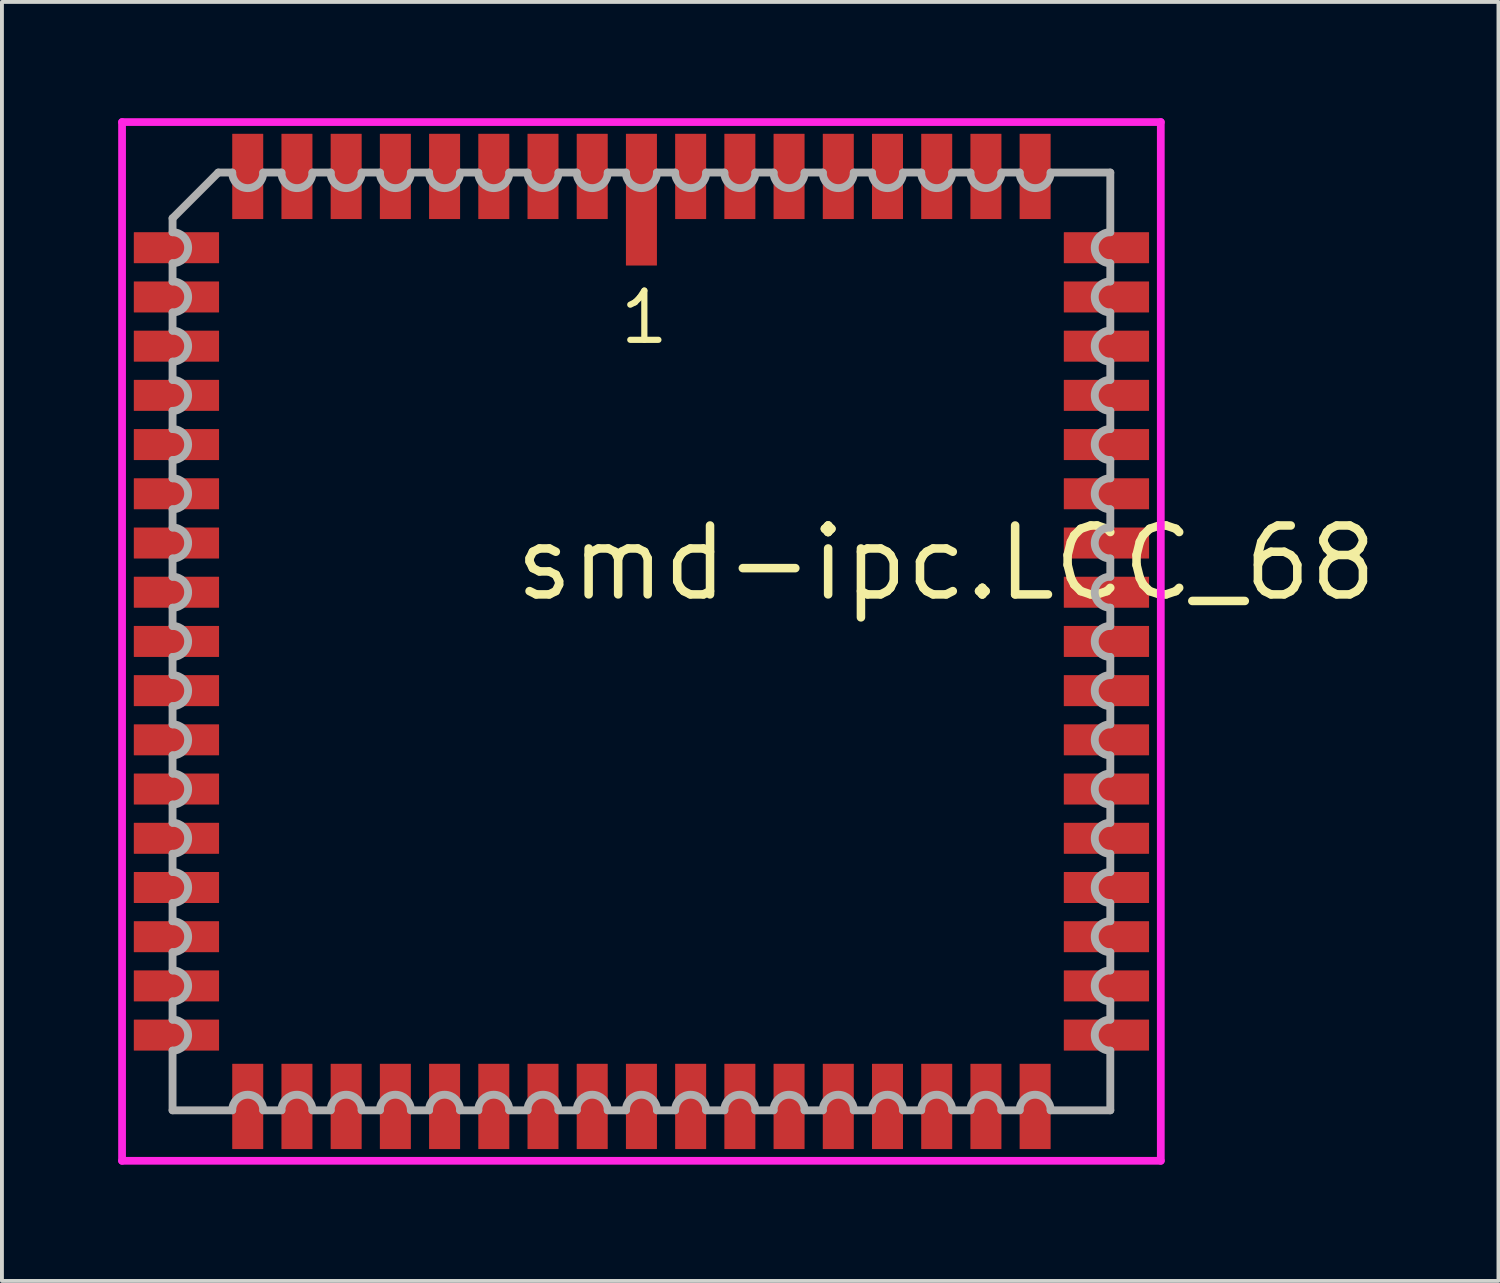
<source format=kicad_pcb>
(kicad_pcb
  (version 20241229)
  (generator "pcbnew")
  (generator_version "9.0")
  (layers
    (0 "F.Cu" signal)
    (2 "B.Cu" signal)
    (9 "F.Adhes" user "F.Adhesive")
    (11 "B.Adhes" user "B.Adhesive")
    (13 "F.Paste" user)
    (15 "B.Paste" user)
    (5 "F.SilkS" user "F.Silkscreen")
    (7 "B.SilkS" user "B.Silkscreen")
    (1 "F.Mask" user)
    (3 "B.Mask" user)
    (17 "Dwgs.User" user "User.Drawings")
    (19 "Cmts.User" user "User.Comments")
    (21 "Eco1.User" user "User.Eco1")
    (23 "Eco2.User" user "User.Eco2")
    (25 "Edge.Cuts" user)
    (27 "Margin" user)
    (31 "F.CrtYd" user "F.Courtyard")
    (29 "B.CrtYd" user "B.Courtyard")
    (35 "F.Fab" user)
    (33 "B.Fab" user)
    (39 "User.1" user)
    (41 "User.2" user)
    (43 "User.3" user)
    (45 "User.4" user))
  (footprint "smd-ipc.LCC_68"
    (layer "F.Cu")
    (at 13.503 13.503)
    (property "Reference" "smd-ipc.LCC_68" (at -3.37 -0.985 0) (layer "F.SilkS") (effects (font (size 1.778 1.778) (thickness 0.22)) (justify left bottom)))
    (attr smd)
    (fp_line (start -13.403 -13.403) (end 13.403 -13.403) (stroke (width 0.2) (type default)) (layer "F.CrtYd"))
    (fp_line (start -13.403 13.403) (end -13.403 -13.403) (stroke (width 0.2) (type default)) (layer "F.CrtYd"))
    (fp_line (start 13.403 -13.403) (end 13.403 13.403) (stroke (width 0.2) (type default)) (layer "F.CrtYd"))
    (fp_line (start 13.403 13.403) (end -13.403 13.403) (stroke (width 0.2) (type default)) (layer "F.CrtYd"))
    (fp_line (start -12.1 -10.92) (end -12.1 -10.56) (stroke (width 0.203) (type default)) (layer "F.Fab"))
    (fp_line (start -12.1 -9.76) (end -12.1 -9.29) (stroke (width 0.203) (type default)) (layer "F.Fab"))
    (fp_line (start -12.1 -8.49) (end -12.1 -8.02) (stroke (width 0.203) (type default)) (layer "F.Fab"))
    (fp_line (start -12.1 -7.22) (end -12.1 -6.75) (stroke (width 0.203) (type default)) (layer "F.Fab"))
    (fp_line (start -12.1 -5.95) (end -12.1 -5.48) (stroke (width 0.203) (type default)) (layer "F.Fab"))
    (fp_line (start -12.1 -4.68) (end -12.1 -4.21) (stroke (width 0.203) (type default)) (layer "F.Fab"))
    (fp_line (start -12.1 -3.41) (end -12.1 -2.94) (stroke (width 0.203) (type default)) (layer "F.Fab"))
    (fp_line (start -12.1 -2.14) (end -12.1 -1.67) (stroke (width 0.203) (type default)) (layer "F.Fab"))
    (fp_line (start -12.1 -0.87) (end -12.1 -0.4) (stroke (width 0.203) (type default)) (layer "F.Fab"))
    (fp_line (start -12.1 0.4) (end -12.1 0.87) (stroke (width 0.203) (type default)) (layer "F.Fab"))
    (fp_line (start -12.1 1.67) (end -12.1 2.14) (stroke (width 0.203) (type default)) (layer "F.Fab"))
    (fp_line (start -12.1 2.94) (end -12.1 3.41) (stroke (width 0.203) (type default)) (layer "F.Fab"))
    (fp_line (start -12.1 4.21) (end -12.1 4.68) (stroke (width 0.203) (type default)) (layer "F.Fab"))
    (fp_line (start -12.1 5.48) (end -12.1 5.95) (stroke (width 0.203) (type default)) (layer "F.Fab"))
    (fp_line (start -12.1 6.75) (end -12.1 7.22) (stroke (width 0.203) (type default)) (layer "F.Fab"))
    (fp_line (start -12.1 8.02) (end -12.1 8.49) (stroke (width 0.203) (type default)) (layer "F.Fab"))
    (fp_line (start -12.1 9.29) (end -12.1 9.76) (stroke (width 0.203) (type default)) (layer "F.Fab"))
    (fp_line (start -12.1 10.56) (end -12.1 12.1) (stroke (width 0.203) (type default)) (layer "F.Fab"))
    (fp_line (start -12.1 12.1) (end -10.56 12.1) (stroke (width 0.203) (type default)) (layer "F.Fab"))
    (fp_line (start -10.92 -12.1) (end -12.1 -10.92) (stroke (width 0.203) (type default)) (layer "F.Fab"))
    (fp_line (start -10.56 -12.1) (end -10.92 -12.1) (stroke (width 0.203) (type default)) (layer "F.Fab"))
    (fp_line (start -9.76 12.1) (end -9.29 12.1) (stroke (width 0.203) (type default)) (layer "F.Fab"))
    (fp_line (start -9.29 -12.1) (end -9.76 -12.1) (stroke (width 0.203) (type default)) (layer "F.Fab"))
    (fp_line (start -8.49 12.1) (end -8.02 12.1) (stroke (width 0.203) (type default)) (layer "F.Fab"))
    (fp_line (start -8.02 -12.1) (end -8.49 -12.1) (stroke (width 0.203) (type default)) (layer "F.Fab"))
    (fp_line (start -7.22 12.1) (end -6.75 12.1) (stroke (width 0.203) (type default)) (layer "F.Fab"))
    (fp_line (start -6.75 -12.1) (end -7.22 -12.1) (stroke (width 0.203) (type default)) (layer "F.Fab"))
    (fp_line (start -5.95 12.1) (end -5.48 12.1) (stroke (width 0.203) (type default)) (layer "F.Fab"))
    (fp_line (start -5.48 -12.1) (end -5.95 -12.1) (stroke (width 0.203) (type default)) (layer "F.Fab"))
    (fp_line (start -4.68 12.1) (end -4.21 12.1) (stroke (width 0.203) (type default)) (layer "F.Fab"))
    (fp_line (start -4.21 -12.1) (end -4.68 -12.1) (stroke (width 0.203) (type default)) (layer "F.Fab"))
    (fp_line (start -3.41 12.1) (end -2.94 12.1) (stroke (width 0.203) (type default)) (layer "F.Fab"))
    (fp_line (start -2.94 -12.1) (end -3.41 -12.1) (stroke (width 0.203) (type default)) (layer "F.Fab"))
    (fp_line (start -2.14 12.1) (end -1.67 12.1) (stroke (width 0.203) (type default)) (layer "F.Fab"))
    (fp_line (start -1.67 -12.1) (end -2.14 -12.1) (stroke (width 0.203) (type default)) (layer "F.Fab"))
    (fp_line (start -0.87 12.1) (end -0.4 12.1) (stroke (width 0.203) (type default)) (layer "F.Fab"))
    (fp_line (start -0.4 -12.1) (end -0.87 -12.1) (stroke (width 0.203) (type default)) (layer "F.Fab"))
    (fp_line (start 0.4 12.1) (end 0.87 12.1) (stroke (width 0.203) (type default)) (layer "F.Fab"))
    (fp_line (start 0.87 -12.1) (end 0.4 -12.1) (stroke (width 0.203) (type default)) (layer "F.Fab"))
    (fp_line (start 1.67 12.1) (end 2.14 12.1) (stroke (width 0.203) (type default)) (layer "F.Fab"))
    (fp_line (start 2.14 -12.1) (end 1.67 -12.1) (stroke (width 0.203) (type default)) (layer "F.Fab"))
    (fp_line (start 2.94 12.1) (end 3.41 12.1) (stroke (width 0.203) (type default)) (layer "F.Fab"))
    (fp_line (start 3.41 -12.1) (end 2.94 -12.1) (stroke (width 0.203) (type default)) (layer "F.Fab"))
    (fp_line (start 4.21 12.1) (end 4.68 12.1) (stroke (width 0.203) (type default)) (layer "F.Fab"))
    (fp_line (start 4.68 -12.1) (end 4.21 -12.1) (stroke (width 0.203) (type default)) (layer "F.Fab"))
    (fp_line (start 5.48 12.1) (end 5.95 12.1) (stroke (width 0.203) (type default)) (layer "F.Fab"))
    (fp_line (start 5.95 -12.1) (end 5.48 -12.1) (stroke (width 0.203) (type default)) (layer "F.Fab"))
    (fp_line (start 6.75 12.1) (end 7.22 12.1) (stroke (width 0.203) (type default)) (layer "F.Fab"))
    (fp_line (start 7.22 -12.1) (end 6.75 -12.1) (stroke (width 0.203) (type default)) (layer "F.Fab"))
    (fp_line (start 8.02 12.1) (end 8.49 12.1) (stroke (width 0.203) (type default)) (layer "F.Fab"))
    (fp_line (start 8.49 -12.1) (end 8.02 -12.1) (stroke (width 0.203) (type default)) (layer "F.Fab"))
    (fp_line (start 9.29 12.1) (end 9.76 12.1) (stroke (width 0.203) (type default)) (layer "F.Fab"))
    (fp_line (start 9.76 -12.1) (end 9.29 -12.1) (stroke (width 0.203) (type default)) (layer "F.Fab"))
    (fp_line (start 10.56 12.1) (end 12.1 12.1) (stroke (width 0.203) (type default)) (layer "F.Fab"))
    (fp_line (start 12.1 -12.1) (end 10.56 -12.1) (stroke (width 0.203) (type default)) (layer "F.Fab"))
    (fp_line (start 12.1 -10.56) (end 12.1 -12.1) (stroke (width 0.203) (type default)) (layer "F.Fab"))
    (fp_line (start 12.1 -9.29) (end 12.1 -9.76) (stroke (width 0.203) (type default)) (layer "F.Fab"))
    (fp_line (start 12.1 -8.02) (end 12.1 -8.49) (stroke (width 0.203) (type default)) (layer "F.Fab"))
    (fp_line (start 12.1 -6.75) (end 12.1 -7.22) (stroke (width 0.203) (type default)) (layer "F.Fab"))
    (fp_line (start 12.1 -5.48) (end 12.1 -5.95) (stroke (width 0.203) (type default)) (layer "F.Fab"))
    (fp_line (start 12.1 -4.21) (end 12.1 -4.68) (stroke (width 0.203) (type default)) (layer "F.Fab"))
    (fp_line (start 12.1 -2.94) (end 12.1 -3.41) (stroke (width 0.203) (type default)) (layer "F.Fab"))
    (fp_line (start 12.1 -1.67) (end 12.1 -2.14) (stroke (width 0.203) (type default)) (layer "F.Fab"))
    (fp_line (start 12.1 -0.4) (end 12.1 -0.87) (stroke (width 0.203) (type default)) (layer "F.Fab"))
    (fp_line (start 12.1 0.87) (end 12.1 0.4) (stroke (width 0.203) (type default)) (layer "F.Fab"))
    (fp_line (start 12.1 2.14) (end 12.1 1.67) (stroke (width 0.203) (type default)) (layer "F.Fab"))
    (fp_line (start 12.1 3.41) (end 12.1 2.94) (stroke (width 0.203) (type default)) (layer "F.Fab"))
    (fp_line (start 12.1 4.68) (end 12.1 4.21) (stroke (width 0.203) (type default)) (layer "F.Fab"))
    (fp_line (start 12.1 5.95) (end 12.1 5.48) (stroke (width 0.203) (type default)) (layer "F.Fab"))
    (fp_line (start 12.1 7.22) (end 12.1 6.75) (stroke (width 0.203) (type default)) (layer "F.Fab"))
    (fp_line (start 12.1 8.49) (end 12.1 8.02) (stroke (width 0.203) (type default)) (layer "F.Fab"))
    (fp_line (start 12.1 9.76) (end 12.1 9.29) (stroke (width 0.203) (type default)) (layer "F.Fab"))
    (fp_line (start 12.1 12.1) (end 12.1 10.56) (stroke (width 0.203) (type default)) (layer "F.Fab"))
    (fp_arc (start -12.0983 -10.56) (mid -11.6983 -10.16) (end -12.0983 -9.76) (stroke (width 0.2032) (type default)) (layer "F.Fab"))
    (fp_arc (start -12.0983 -9.29) (mid -11.6983 -8.89) (end -12.0983 -8.49) (stroke (width 0.2032) (type default)) (layer "F.Fab"))
    (fp_arc (start -12.0983 -8.02) (mid -11.6983 -7.62) (end -12.0983 -7.22) (stroke (width 0.2032) (type default)) (layer "F.Fab"))
    (fp_arc (start -12.0983 -6.75) (mid -11.6983 -6.35) (end -12.0983 -5.95) (stroke (width 0.2032) (type default)) (layer "F.Fab"))
    (fp_arc (start -12.0983 -5.48) (mid -11.6983 -5.08) (end -12.0983 -4.68) (stroke (width 0.2032) (type default)) (layer "F.Fab"))
    (fp_arc (start -12.0983 -4.21) (mid -11.6983 -3.81) (end -12.0983 -3.41) (stroke (width 0.2032) (type default)) (layer "F.Fab"))
    (fp_arc (start -12.0983 -2.94) (mid -11.6983 -2.54) (end -12.0983 -2.14) (stroke (width 0.2032) (type default)) (layer "F.Fab"))
    (fp_arc (start -12.0983 -1.67) (mid -11.6983 -1.27) (end -12.0983 -0.87) (stroke (width 0.2032) (type default)) (layer "F.Fab"))
    (fp_arc (start -12.0983 -0.4001) (mid -11.6982 0) (end -12.0983 0.4001) (stroke (width 0.2032) (type default)) (layer "F.Fab"))
    (fp_arc (start -12.0983 0.8699) (mid -11.6982 1.27) (end -12.0983 1.6701) (stroke (width 0.2032) (type default)) (layer "F.Fab"))
    (fp_arc (start -12.0983 2.1399) (mid -11.6982 2.54) (end -12.0983 2.9401) (stroke (width 0.2032) (type default)) (layer "F.Fab"))
    (fp_arc (start -12.0983 3.4099) (mid -11.6982 3.81) (end -12.0983 4.2101) (stroke (width 0.2032) (type default)) (layer "F.Fab"))
    (fp_arc (start -12.0983 4.6799) (mid -11.6982 5.08) (end -12.0983 5.4801) (stroke (width 0.2032) (type default)) (layer "F.Fab"))
    (fp_arc (start -12.0983 5.9499) (mid -11.6982 6.35) (end -12.0983 6.7501) (stroke (width 0.2032) (type default)) (layer "F.Fab"))
    (fp_arc (start -12.0983 7.2199) (mid -11.6982 7.62) (end -12.0983 8.0201) (stroke (width 0.2032) (type default)) (layer "F.Fab"))
    (fp_arc (start -12.0983 8.4899) (mid -11.6982 8.89) (end -12.0983 9.2901) (stroke (width 0.2032) (type default)) (layer "F.Fab"))
    (fp_arc (start -12.0983 9.7599) (mid -11.6982 10.16) (end -12.0983 10.5601) (stroke (width 0.2032) (type default)) (layer "F.Fab"))
    (fp_arc (start -10.5601 12.0983) (mid -10.16 11.6982) (end -9.7599 12.0983) (stroke (width 0.2032) (type default)) (layer "F.Fab"))
    (fp_arc (start -9.7599 -12.0983) (mid -10.16 -11.6982) (end -10.5601 -12.0983) (stroke (width 0.2032) (type default)) (layer "F.Fab"))
    (fp_arc (start -9.2901 12.0983) (mid -8.89 11.6982) (end -8.4899 12.0983) (stroke (width 0.2032) (type default)) (layer "F.Fab"))
    (fp_arc (start -8.4899 -12.0983) (mid -8.89 -11.6982) (end -9.2901 -12.0983) (stroke (width 0.2032) (type default)) (layer "F.Fab"))
    (fp_arc (start -8.0201 12.0983) (mid -7.62 11.6982) (end -7.2199 12.0983) (stroke (width 0.2032) (type default)) (layer "F.Fab"))
    (fp_arc (start -7.2199 -12.0983) (mid -7.62 -11.6982) (end -8.0201 -12.0983) (stroke (width 0.2032) (type default)) (layer "F.Fab"))
    (fp_arc (start -6.7501 12.0983) (mid -6.35 11.6982) (end -5.9499 12.0983) (stroke (width 0.2032) (type default)) (layer "F.Fab"))
    (fp_arc (start -5.9499 -12.0983) (mid -6.35 -11.6982) (end -6.7501 -12.0983) (stroke (width 0.2032) (type default)) (layer "F.Fab"))
    (fp_arc (start -5.4801 12.0983) (mid -5.08 11.6982) (end -4.6799 12.0983) (stroke (width 0.2032) (type default)) (layer "F.Fab"))
    (fp_arc (start -4.6799 -12.0983) (mid -5.08 -11.6982) (end -5.4801 -12.0983) (stroke (width 0.2032) (type default)) (layer "F.Fab"))
    (fp_arc (start -4.2101 12.0983) (mid -3.81 11.6982) (end -3.4099 12.0983) (stroke (width 0.2032) (type default)) (layer "F.Fab"))
    (fp_arc (start -3.4099 -12.0983) (mid -3.81 -11.6982) (end -4.2101 -12.0983) (stroke (width 0.2032) (type default)) (layer "F.Fab"))
    (fp_arc (start -2.9401 12.0983) (mid -2.54 11.6982) (end -2.1399 12.0983) (stroke (width 0.2032) (type default)) (layer "F.Fab"))
    (fp_arc (start -2.1399 -12.0983) (mid -2.54 -11.6982) (end -2.9401 -12.0983) (stroke (width 0.2032) (type default)) (layer "F.Fab"))
    (fp_arc (start -1.6701 12.0983) (mid -1.27 11.6982) (end -0.8699 12.0983) (stroke (width 0.2032) (type default)) (layer "F.Fab"))
    (fp_arc (start -0.8699 -12.0983) (mid -1.27 -11.6982) (end -1.6701 -12.0983) (stroke (width 0.2032) (type default)) (layer "F.Fab"))
    (fp_arc (start -0.4001 12.0983) (mid 0 11.6982) (end 0.4001 12.0983) (stroke (width 0.2032) (type default)) (layer "F.Fab"))
    (fp_arc (start 0.4001 -12.0983) (mid 0 -11.6982) (end -0.4001 -12.0983) (stroke (width 0.2032) (type default)) (layer "F.Fab"))
    (fp_arc (start 0.87 12.0983) (mid 1.27 11.6983) (end 1.67 12.0983) (stroke (width 0.2032) (type default)) (layer "F.Fab"))
    (fp_arc (start 1.67 -12.0983) (mid 1.27 -11.6983) (end 0.87 -12.0983) (stroke (width 0.2032) (type default)) (layer "F.Fab"))
    (fp_arc (start 2.14 12.0983) (mid 2.54 11.6983) (end 2.94 12.0983) (stroke (width 0.2032) (type default)) (layer "F.Fab"))
    (fp_arc (start 2.94 -12.0983) (mid 2.54 -11.6983) (end 2.14 -12.0983) (stroke (width 0.2032) (type default)) (layer "F.Fab"))
    (fp_arc (start 3.41 12.0983) (mid 3.81 11.6983) (end 4.21 12.0983) (stroke (width 0.2032) (type default)) (layer "F.Fab"))
    (fp_arc (start 4.21 -12.0983) (mid 3.81 -11.6983) (end 3.41 -12.0983) (stroke (width 0.2032) (type default)) (layer "F.Fab"))
    (fp_arc (start 4.68 12.0983) (mid 5.08 11.6983) (end 5.48 12.0983) (stroke (width 0.2032) (type default)) (layer "F.Fab"))
    (fp_arc (start 5.48 -12.0983) (mid 5.08 -11.6983) (end 4.68 -12.0983) (stroke (width 0.2032) (type default)) (layer "F.Fab"))
    (fp_arc (start 5.95 12.0983) (mid 6.35 11.6983) (end 6.75 12.0983) (stroke (width 0.2032) (type default)) (layer "F.Fab"))
    (fp_arc (start 6.75 -12.0983) (mid 6.35 -11.6983) (end 5.95 -12.0983) (stroke (width 0.2032) (type default)) (layer "F.Fab"))
    (fp_arc (start 7.22 12.0983) (mid 7.62 11.6983) (end 8.02 12.0983) (stroke (width 0.2032) (type default)) (layer "F.Fab"))
    (fp_arc (start 8.02 -12.0983) (mid 7.62 -11.6983) (end 7.22 -12.0983) (stroke (width 0.2032) (type default)) (layer "F.Fab"))
    (fp_arc (start 8.49 12.0983) (mid 8.89 11.6983) (end 9.29 12.0983) (stroke (width 0.2032) (type default)) (layer "F.Fab"))
    (fp_arc (start 9.29 -12.0983) (mid 8.89 -11.6983) (end 8.49 -12.0983) (stroke (width 0.2032) (type default)) (layer "F.Fab"))
    (fp_arc (start 9.76 12.0983) (mid 10.16 11.6983) (end 10.56 12.0983) (stroke (width 0.2032) (type default)) (layer "F.Fab"))
    (fp_arc (start 10.56 -12.0983) (mid 10.16 -11.6983) (end 9.76 -12.0983) (stroke (width 0.2032) (type default)) (layer "F.Fab"))
    (fp_arc (start 12.0983 -9.7599) (mid 11.6982 -10.16) (end 12.0983 -10.5601) (stroke (width 0.2032) (type default)) (layer "F.Fab"))
    (fp_arc (start 12.0983 -8.4899) (mid 11.6982 -8.89) (end 12.0983 -9.2901) (stroke (width 0.2032) (type default)) (layer "F.Fab"))
    (fp_arc (start 12.0983 -7.2199) (mid 11.6982 -7.62) (end 12.0983 -8.0201) (stroke (width 0.2032) (type default)) (layer "F.Fab"))
    (fp_arc (start 12.0983 -5.9499) (mid 11.6982 -6.35) (end 12.0983 -6.7501) (stroke (width 0.2032) (type default)) (layer "F.Fab"))
    (fp_arc (start 12.0983 -4.6799) (mid 11.6982 -5.08) (end 12.0983 -5.4801) (stroke (width 0.2032) (type default)) (layer "F.Fab"))
    (fp_arc (start 12.0983 -3.4099) (mid 11.6982 -3.81) (end 12.0983 -4.2101) (stroke (width 0.2032) (type default)) (layer "F.Fab"))
    (fp_arc (start 12.0983 -2.14) (mid 11.6983 -2.54) (end 12.0983 -2.94) (stroke (width 0.2032) (type default)) (layer "F.Fab"))
    (fp_arc (start 12.0983 -0.87) (mid 11.6983 -1.27) (end 12.0983 -1.67) (stroke (width 0.2032) (type default)) (layer "F.Fab"))
    (fp_arc (start 12.0983 0.4001) (mid 11.6982 0) (end 12.0983 -0.4001) (stroke (width 0.2032) (type default)) (layer "F.Fab"))
    (fp_arc (start 12.0983 1.6701) (mid 11.6982 1.27) (end 12.0983 0.8699) (stroke (width 0.2032) (type default)) (layer "F.Fab"))
    (fp_arc (start 12.0983 2.94) (mid 11.6983 2.54) (end 12.0983 2.14) (stroke (width 0.2032) (type default)) (layer "F.Fab"))
    (fp_arc (start 12.0983 4.21) (mid 11.6983 3.81) (end 12.0983 3.41) (stroke (width 0.2032) (type default)) (layer "F.Fab"))
    (fp_arc (start 12.0983 5.48) (mid 11.6983 5.08) (end 12.0983 4.68) (stroke (width 0.2032) (type default)) (layer "F.Fab"))
    (fp_arc (start 12.0983 6.75) (mid 11.6983 6.35) (end 12.0983 5.95) (stroke (width 0.2032) (type default)) (layer "F.Fab"))
    (fp_arc (start 12.0983 8.02) (mid 11.6983 7.62) (end 12.0983 7.22) (stroke (width 0.2032) (type default)) (layer "F.Fab"))
    (fp_arc (start 12.0983 9.29) (mid 11.6983 8.89) (end 12.0983 8.49) (stroke (width 0.2032) (type default)) (layer "F.Fab"))
    (fp_arc (start 12.0983 10.56) (mid 11.6983 10.16) (end 12.0983 9.76) (stroke (width 0.2032) (type default)) (layer "F.Fab"))
    (fp_text user "1" (at -0.635 -7.62 0) (layer "F.SilkS") (effects (font (size 1.27 1.27) (thickness 0.16)) (justify left bottom)))
    (pad "1" smd roundrect (at 0 -11.4) (size 0.8 3.4) (layers "F.Cu" "F.Mask" "F.Paste") (roundrect_rratio 0.01))
    (pad "2" smd roundrect (at -1.27 -12) (size 0.8 2.2) (layers "F.Cu" "F.Mask" "F.Paste") (roundrect_rratio 0.01))
    (pad "3" smd roundrect (at -2.54 -12) (size 0.8 2.2) (layers "F.Cu" "F.Mask" "F.Paste") (roundrect_rratio 0.01))
    (pad "4" smd roundrect (at -3.81 -12) (size 0.8 2.2) (layers "F.Cu" "F.Mask" "F.Paste") (roundrect_rratio 0.01))
    (pad "5" smd roundrect (at -5.08 -12) (size 0.8 2.2) (layers "F.Cu" "F.Mask" "F.Paste") (roundrect_rratio 0.01))
    (pad "6" smd roundrect (at -6.35 -12) (size 0.8 2.2) (layers "F.Cu" "F.Mask" "F.Paste") (roundrect_rratio 0.01))
    (pad "7" smd roundrect (at -7.62 -12) (size 0.8 2.2) (layers "F.Cu" "F.Mask" "F.Paste") (roundrect_rratio 0.01))
    (pad "8" smd roundrect (at -8.89 -12) (size 0.8 2.2) (layers "F.Cu" "F.Mask" "F.Paste") (roundrect_rratio 0.01))
    (pad "9" smd roundrect (at -10.16 -12) (size 0.8 2.2) (layers "F.Cu" "F.Mask" "F.Paste") (roundrect_rratio 0.01))
    (pad "10" smd roundrect (at -12 -10.16) (size 2.2 0.8) (layers "F.Cu" "F.Mask" "F.Paste") (roundrect_rratio 0.01))
    (pad "11" smd roundrect (at -12 -8.89) (size 2.2 0.8) (layers "F.Cu" "F.Mask" "F.Paste") (roundrect_rratio 0.01))
    (pad "12" smd roundrect (at -12 -7.62) (size 2.2 0.8) (layers "F.Cu" "F.Mask" "F.Paste") (roundrect_rratio 0.01))
    (pad "13" smd roundrect (at -12 -6.35) (size 2.2 0.8) (layers "F.Cu" "F.Mask" "F.Paste") (roundrect_rratio 0.01))
    (pad "14" smd roundrect (at -12 -5.08) (size 2.2 0.8) (layers "F.Cu" "F.Mask" "F.Paste") (roundrect_rratio 0.01))
    (pad "15" smd roundrect (at -12 -3.81) (size 2.2 0.8) (layers "F.Cu" "F.Mask" "F.Paste") (roundrect_rratio 0.01))
    (pad "16" smd roundrect (at -12 -2.54) (size 2.2 0.8) (layers "F.Cu" "F.Mask" "F.Paste") (roundrect_rratio 0.01))
    (pad "17" smd roundrect (at -12 -1.27) (size 2.2 0.8) (layers "F.Cu" "F.Mask" "F.Paste") (roundrect_rratio 0.01))
    (pad "18" smd roundrect (at -12 0) (size 2.2 0.8) (layers "F.Cu" "F.Mask" "F.Paste") (roundrect_rratio 0.01))
    (pad "19" smd roundrect (at -12 1.27) (size 2.2 0.8) (layers "F.Cu" "F.Mask" "F.Paste") (roundrect_rratio 0.01))
    (pad "20" smd roundrect (at -12 2.54) (size 2.2 0.8) (layers "F.Cu" "F.Mask" "F.Paste") (roundrect_rratio 0.01))
    (pad "21" smd roundrect (at -12 3.81) (size 2.2 0.8) (layers "F.Cu" "F.Mask" "F.Paste") (roundrect_rratio 0.01))
    (pad "22" smd roundrect (at -12 5.08) (size 2.2 0.8) (layers "F.Cu" "F.Mask" "F.Paste") (roundrect_rratio 0.01))
    (pad "23" smd roundrect (at -12 6.35) (size 2.2 0.8) (layers "F.Cu" "F.Mask" "F.Paste") (roundrect_rratio 0.01))
    (pad "24" smd roundrect (at -12 7.62) (size 2.2 0.8) (layers "F.Cu" "F.Mask" "F.Paste") (roundrect_rratio 0.01))
    (pad "25" smd roundrect (at -12 8.89) (size 2.2 0.8) (layers "F.Cu" "F.Mask" "F.Paste") (roundrect_rratio 0.01))
    (pad "26" smd roundrect (at -12 10.16) (size 2.2 0.8) (layers "F.Cu" "F.Mask" "F.Paste") (roundrect_rratio 0.01))
    (pad "27" smd roundrect (at -10.16 12) (size 0.8 2.2) (layers "F.Cu" "F.Mask" "F.Paste") (roundrect_rratio 0.01))
    (pad "28" smd roundrect (at -8.89 12) (size 0.8 2.2) (layers "F.Cu" "F.Mask" "F.Paste") (roundrect_rratio 0.01))
    (pad "29" smd roundrect (at -7.62 12) (size 0.8 2.2) (layers "F.Cu" "F.Mask" "F.Paste") (roundrect_rratio 0.01))
    (pad "30" smd roundrect (at -6.35 12) (size 0.8 2.2) (layers "F.Cu" "F.Mask" "F.Paste") (roundrect_rratio 0.01))
    (pad "31" smd roundrect (at -5.08 12) (size 0.8 2.2) (layers "F.Cu" "F.Mask" "F.Paste") (roundrect_rratio 0.01))
    (pad "32" smd roundrect (at -3.81 12) (size 0.8 2.2) (layers "F.Cu" "F.Mask" "F.Paste") (roundrect_rratio 0.01))
    (pad "33" smd roundrect (at -2.54 12) (size 0.8 2.2) (layers "F.Cu" "F.Mask" "F.Paste") (roundrect_rratio 0.01))
    (pad "34" smd roundrect (at -1.27 12) (size 0.8 2.2) (layers "F.Cu" "F.Mask" "F.Paste") (roundrect_rratio 0.01))
    (pad "35" smd roundrect (at 0 12) (size 0.8 2.2) (layers "F.Cu" "F.Mask" "F.Paste") (roundrect_rratio 0.01))
    (pad "36" smd roundrect (at 1.27 12) (size 0.8 2.2) (layers "F.Cu" "F.Mask" "F.Paste") (roundrect_rratio 0.01))
    (pad "37" smd roundrect (at 2.54 12) (size 0.8 2.2) (layers "F.Cu" "F.Mask" "F.Paste") (roundrect_rratio 0.01))
    (pad "38" smd roundrect (at 3.81 12) (size 0.8 2.2) (layers "F.Cu" "F.Mask" "F.Paste") (roundrect_rratio 0.01))
    (pad "39" smd roundrect (at 5.08 12) (size 0.8 2.2) (layers "F.Cu" "F.Mask" "F.Paste") (roundrect_rratio 0.01))
    (pad "40" smd roundrect (at 6.35 12) (size 0.8 2.2) (layers "F.Cu" "F.Mask" "F.Paste") (roundrect_rratio 0.01))
    (pad "41" smd roundrect (at 7.62 12) (size 0.8 2.2) (layers "F.Cu" "F.Mask" "F.Paste") (roundrect_rratio 0.01))
    (pad "42" smd roundrect (at 8.89 12) (size 0.8 2.2) (layers "F.Cu" "F.Mask" "F.Paste") (roundrect_rratio 0.01))
    (pad "43" smd roundrect (at 10.16 12) (size 0.8 2.2) (layers "F.Cu" "F.Mask" "F.Paste") (roundrect_rratio 0.01))
    (pad "44" smd roundrect (at 12 10.16) (size 2.2 0.8) (layers "F.Cu" "F.Mask" "F.Paste") (roundrect_rratio 0.01))
    (pad "45" smd roundrect (at 12 8.89) (size 2.2 0.8) (layers "F.Cu" "F.Mask" "F.Paste") (roundrect_rratio 0.01))
    (pad "46" smd roundrect (at 12 7.62) (size 2.2 0.8) (layers "F.Cu" "F.Mask" "F.Paste") (roundrect_rratio 0.01))
    (pad "47" smd roundrect (at 12 6.35) (size 2.2 0.8) (layers "F.Cu" "F.Mask" "F.Paste") (roundrect_rratio 0.01))
    (pad "48" smd roundrect (at 12 5.08) (size 2.2 0.8) (layers "F.Cu" "F.Mask" "F.Paste") (roundrect_rratio 0.01))
    (pad "49" smd roundrect (at 12 3.81) (size 2.2 0.8) (layers "F.Cu" "F.Mask" "F.Paste") (roundrect_rratio 0.01))
    (pad "50" smd roundrect (at 12 2.54) (size 2.2 0.8) (layers "F.Cu" "F.Mask" "F.Paste") (roundrect_rratio 0.01))
    (pad "51" smd roundrect (at 12 1.27) (size 2.2 0.8) (layers "F.Cu" "F.Mask" "F.Paste") (roundrect_rratio 0.01))
    (pad "52" smd roundrect (at 12 0) (size 2.2 0.8) (layers "F.Cu" "F.Mask" "F.Paste") (roundrect_rratio 0.01))
    (pad "53" smd roundrect (at 12 -1.27) (size 2.2 0.8) (layers "F.Cu" "F.Mask" "F.Paste") (roundrect_rratio 0.01))
    (pad "54" smd roundrect (at 12 -2.54) (size 2.2 0.8) (layers "F.Cu" "F.Mask" "F.Paste") (roundrect_rratio 0.01))
    (pad "55" smd roundrect (at 12 -3.81) (size 2.2 0.8) (layers "F.Cu" "F.Mask" "F.Paste") (roundrect_rratio 0.01))
    (pad "56" smd roundrect (at 12 -5.08) (size 2.2 0.8) (layers "F.Cu" "F.Mask" "F.Paste") (roundrect_rratio 0.01))
    (pad "57" smd roundrect (at 12 -6.35) (size 2.2 0.8) (layers "F.Cu" "F.Mask" "F.Paste") (roundrect_rratio 0.01))
    (pad "58" smd roundrect (at 12 -7.62) (size 2.2 0.8) (layers "F.Cu" "F.Mask" "F.Paste") (roundrect_rratio 0.01))
    (pad "59" smd roundrect (at 12 -8.89) (size 2.2 0.8) (layers "F.Cu" "F.Mask" "F.Paste") (roundrect_rratio 0.01))
    (pad "60" smd roundrect (at 12 -10.16) (size 2.2 0.8) (layers "F.Cu" "F.Mask" "F.Paste") (roundrect_rratio 0.01))
    (pad "61" smd roundrect (at 10.16 -12) (size 0.8 2.2) (layers "F.Cu" "F.Mask" "F.Paste") (roundrect_rratio 0.01))
    (pad "62" smd roundrect (at 8.89 -12) (size 0.8 2.2) (layers "F.Cu" "F.Mask" "F.Paste") (roundrect_rratio 0.01))
    (pad "63" smd roundrect (at 7.62 -12) (size 0.8 2.2) (layers "F.Cu" "F.Mask" "F.Paste") (roundrect_rratio 0.01))
    (pad "64" smd roundrect (at 6.35 -12) (size 0.8 2.2) (layers "F.Cu" "F.Mask" "F.Paste") (roundrect_rratio 0.01))
    (pad "65" smd roundrect (at 5.08 -12) (size 0.8 2.2) (layers "F.Cu" "F.Mask" "F.Paste") (roundrect_rratio 0.01))
    (pad "66" smd roundrect (at 3.81 -12) (size 0.8 2.2) (layers "F.Cu" "F.Mask" "F.Paste") (roundrect_rratio 0.01))
    (pad "67" smd roundrect (at 2.54 -12) (size 0.8 2.2) (layers "F.Cu" "F.Mask" "F.Paste") (roundrect_rratio 0.01))
    (pad "68" smd roundrect (at 1.27 -12) (size 0.8 2.2) (layers "F.Cu" "F.Mask" "F.Paste") (roundrect_rratio 0.01)))
  (gr_rect
    (start -3 -3)
    (end 35.62 30.006)
    (stroke (width 0.1) (type default))
    (fill no)
    (layer "Edge.Cuts")))
</source>
